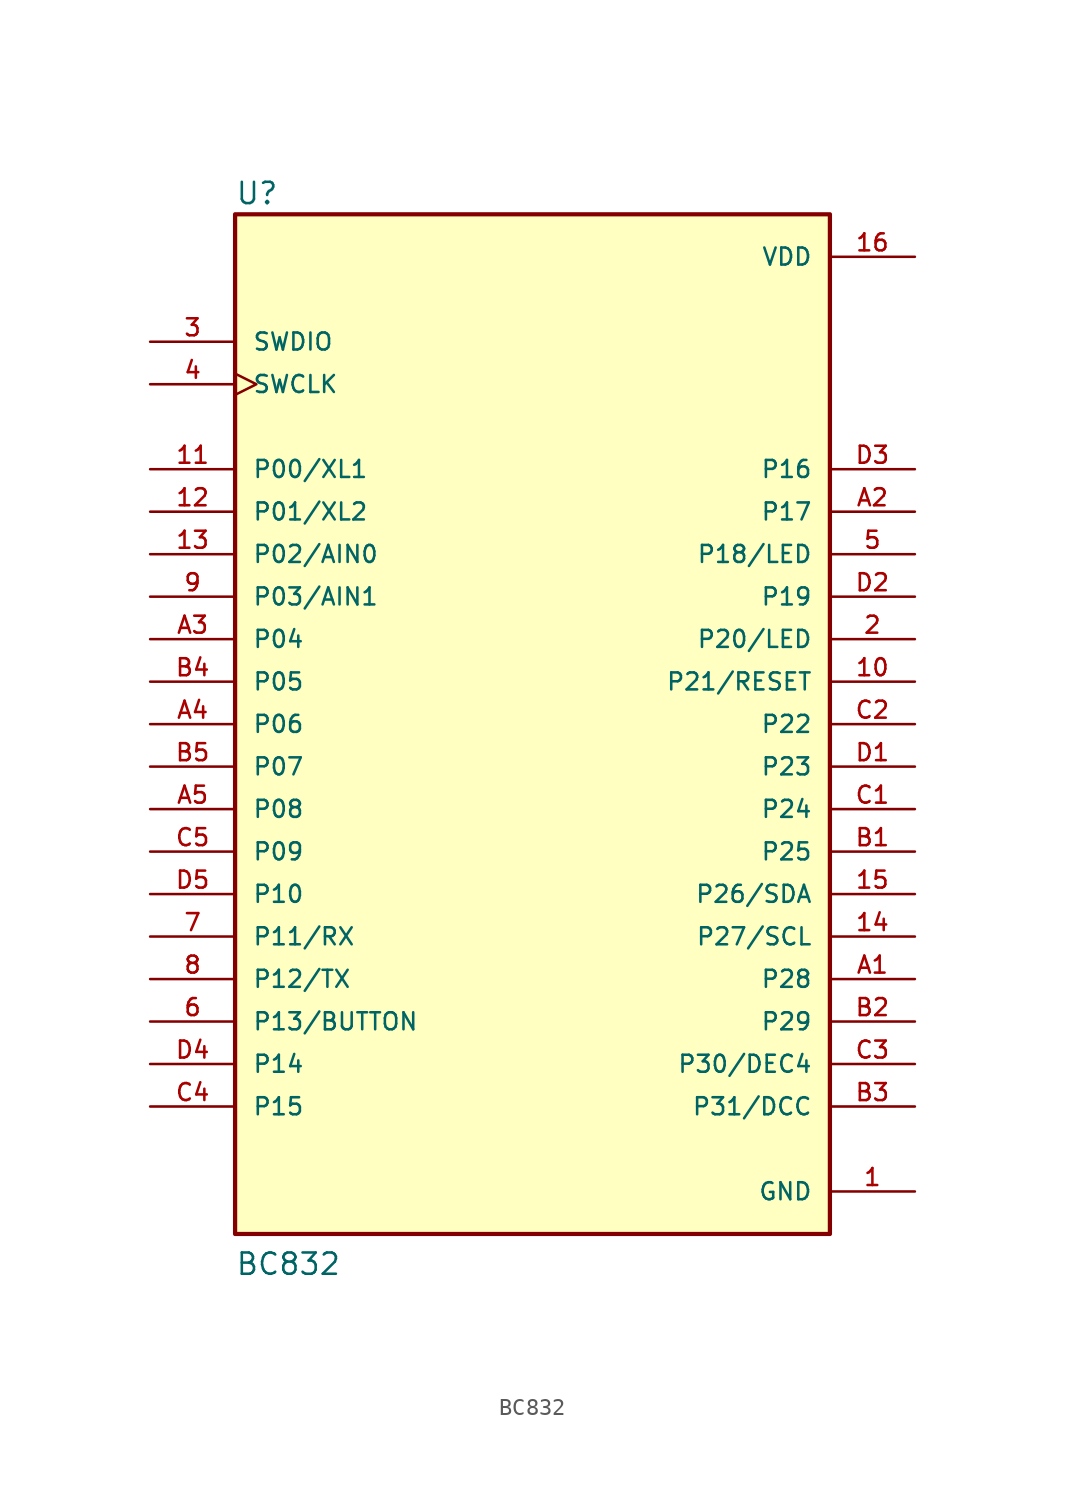
<source format=kicad_sym>
(kicad_symbol_lib
  (version 20231120)
  (generator "kicad_symbol_editor")
  (generator_version "8.0")
  (symbol "BC832"
    (pin_names
      (offset 1.016))
    (property "Reference" "U"
      (at -17.78 30.988 0)
      (effects (font (size 1.27 1.27)) (justify left bottom)))
    (property "Value" "BC832"
      (at -17.78 -33.02 0)
      (effects (font (size 1.27 1.27)) (justify left bottom)))
    (symbol "BC832_0_0"
      (pin power_in line (at 22.86 -27.94 180) (length 5.08) (name "GND" (effects (font (size 1.016 1.016)))) (number "1" (effects (font (size 1.016 1.016)))))
      (pin bidirectional line (at 22.86 2.54 180) (length 5.08) (name "P21/RESET" (effects (font (size 1.016 1.016)))) (number "10" (effects (font (size 1.016 1.016)))))
      (pin bidirectional line (at -22.86 15.24 0) (length 5.08) (name "P00/XL1" (effects (font (size 1.016 1.016)))) (number "11" (effects (font (size 1.016 1.016)))))
      (pin bidirectional line (at -22.86 12.7 0) (length 5.08) (name "P01/XL2" (effects (font (size 1.016 1.016)))) (number "12" (effects (font (size 1.016 1.016)))))
      (pin bidirectional line (at -22.86 10.16 0) (length 5.08) (name "P02/AIN0" (effects (font (size 1.016 1.016)))) (number "13" (effects (font (size 1.016 1.016)))))
      (pin bidirectional line (at 22.86 -12.7 180) (length 5.08) (name "P27/SCL" (effects (font (size 1.016 1.016)))) (number "14" (effects (font (size 1.016 1.016)))))
      (pin bidirectional line (at 22.86 -10.16 180) (length 5.08) (name "P26/SDA" (effects (font (size 1.016 1.016)))) (number "15" (effects (font (size 1.016 1.016)))))
      (pin power_in line (at 22.86 27.94 180) (length 5.08) (name "VDD" (effects (font (size 1.016 1.016)))) (number "16" (effects (font (size 1.016 1.016)))))
      (pin bidirectional line (at 22.86 5.08 180) (length 5.08) (name "P20/LED" (effects (font (size 1.016 1.016)))) (number "2" (effects (font (size 1.016 1.016)))))
      (pin bidirectional line (at -22.86 22.86 0) (length 5.08) (name "SWDIO" (effects (font (size 1.016 1.016)))) (number "3" (effects (font (size 1.016 1.016)))))
      (pin bidirectional clock (at -22.86 20.32 0) (length 5.08) (name "SWCLK" (effects (font (size 1.016 1.016)))) (number "4" (effects (font (size 1.016 1.016)))))
      (pin bidirectional line (at 22.86 10.16 180) (length 5.08) (name "P18/LED" (effects (font (size 1.016 1.016)))) (number "5" (effects (font (size 1.016 1.016)))))
      (pin bidirectional line (at -22.86 -17.78 0) (length 5.08) (name "P13/BUTTON" (effects (font (size 1.016 1.016)))) (number "6" (effects (font (size 1.016 1.016)))))
      (pin bidirectional line (at -22.86 -12.7 0) (length 5.08) (name "P11/RX" (effects (font (size 1.016 1.016)))) (number "7" (effects (font (size 1.016 1.016)))))
      (pin bidirectional line (at -22.86 -15.24 0) (length 5.08) (name "P12/TX" (effects (font (size 1.016 1.016)))) (number "8" (effects (font (size 1.016 1.016)))))
      (pin bidirectional line (at -22.86 7.62 0) (length 5.08) (name "P03/AIN1" (effects (font (size 1.016 1.016)))) (number "9" (effects (font (size 1.016 1.016)))))
      (pin bidirectional line (at 22.86 -15.24 180) (length 5.08) (name "P28" (effects (font (size 1.016 1.016)))) (number "A1" (effects (font (size 1.016 1.016)))))
      (pin bidirectional line (at 22.86 12.7 180) (length 5.08) (name "P17" (effects (font (size 1.016 1.016)))) (number "A2" (effects (font (size 1.016 1.016)))))
      (pin bidirectional line (at -22.86 5.08 0) (length 5.08) (name "P04" (effects (font (size 1.016 1.016)))) (number "A3" (effects (font (size 1.016 1.016)))))
      (pin bidirectional line (at -22.86 0 0) (length 5.08) (name "P06" (effects (font (size 1.016 1.016)))) (number "A4" (effects (font (size 1.016 1.016)))))
      (pin bidirectional line (at -22.86 -5.08 0) (length 5.08) (name "P08" (effects (font (size 1.016 1.016)))) (number "A5" (effects (font (size 1.016 1.016)))))
      (pin bidirectional line (at 22.86 -7.62 180) (length 5.08) (name "P25" (effects (font (size 1.016 1.016)))) (number "B1" (effects (font (size 1.016 1.016)))))
      (pin bidirectional line (at 22.86 -17.78 180) (length 5.08) (name "P29" (effects (font (size 1.016 1.016)))) (number "B2" (effects (font (size 1.016 1.016)))))
      (pin bidirectional line (at 22.86 -22.86 180) (length 5.08) (name "P31/DCC" (effects (font (size 1.016 1.016)))) (number "B3" (effects (font (size 1.016 1.016)))))
      (pin bidirectional line (at -22.86 2.54 0) (length 5.08) (name "P05" (effects (font (size 1.016 1.016)))) (number "B4" (effects (font (size 1.016 1.016)))))
      (pin bidirectional line (at -22.86 -2.54 0) (length 5.08) (name "P07" (effects (font (size 1.016 1.016)))) (number "B5" (effects (font (size 1.016 1.016)))))
      (pin bidirectional line (at 22.86 -5.08 180) (length 5.08) (name "P24" (effects (font (size 1.016 1.016)))) (number "C1" (effects (font (size 1.016 1.016)))))
      (pin bidirectional line (at 22.86 0 180) (length 5.08) (name "P22" (effects (font (size 1.016 1.016)))) (number "C2" (effects (font (size 1.016 1.016)))))
      (pin bidirectional line (at 22.86 -20.32 180) (length 5.08) (name "P30/DEC4" (effects (font (size 1.016 1.016)))) (number "C3" (effects (font (size 1.016 1.016)))))
      (pin bidirectional line (at -22.86 -22.86 0) (length 5.08) (name "P15" (effects (font (size 1.016 1.016)))) (number "C4" (effects (font (size 1.016 1.016)))))
      (pin bidirectional line (at -22.86 -7.62 0) (length 5.08) (name "P09" (effects (font (size 1.016 1.016)))) (number "C5" (effects (font (size 1.016 1.016)))))
      (pin bidirectional line (at 22.86 -2.54 180) (length 5.08) (name "P23" (effects (font (size 1.016 1.016)))) (number "D1" (effects (font (size 1.016 1.016)))))
      (pin bidirectional line (at 22.86 7.62 180) (length 5.08) (name "P19" (effects (font (size 1.016 1.016)))) (number "D2" (effects (font (size 1.016 1.016)))))
      (pin bidirectional line (at 22.86 15.24 180) (length 5.08) (name "P16" (effects (font (size 1.016 1.016)))) (number "D3" (effects (font (size 1.016 1.016)))))
      (pin bidirectional line (at -22.86 -20.32 0) (length 5.08) (name "P14" (effects (font (size 1.016 1.016)))) (number "D4" (effects (font (size 1.016 1.016)))))
      (pin bidirectional line (at -22.86 -10.16 0) (length 5.08) (name "P10" (effects (font (size 1.016 1.016)))) (number "D5" (effects (font (size 1.016 1.016))))))
    (symbol "BC832_1_0"
      (rectangle (start -17.78 30.48) (end 17.78 -30.48) (stroke (width 0.254) (type default)) (fill (type background))))))
</source>
